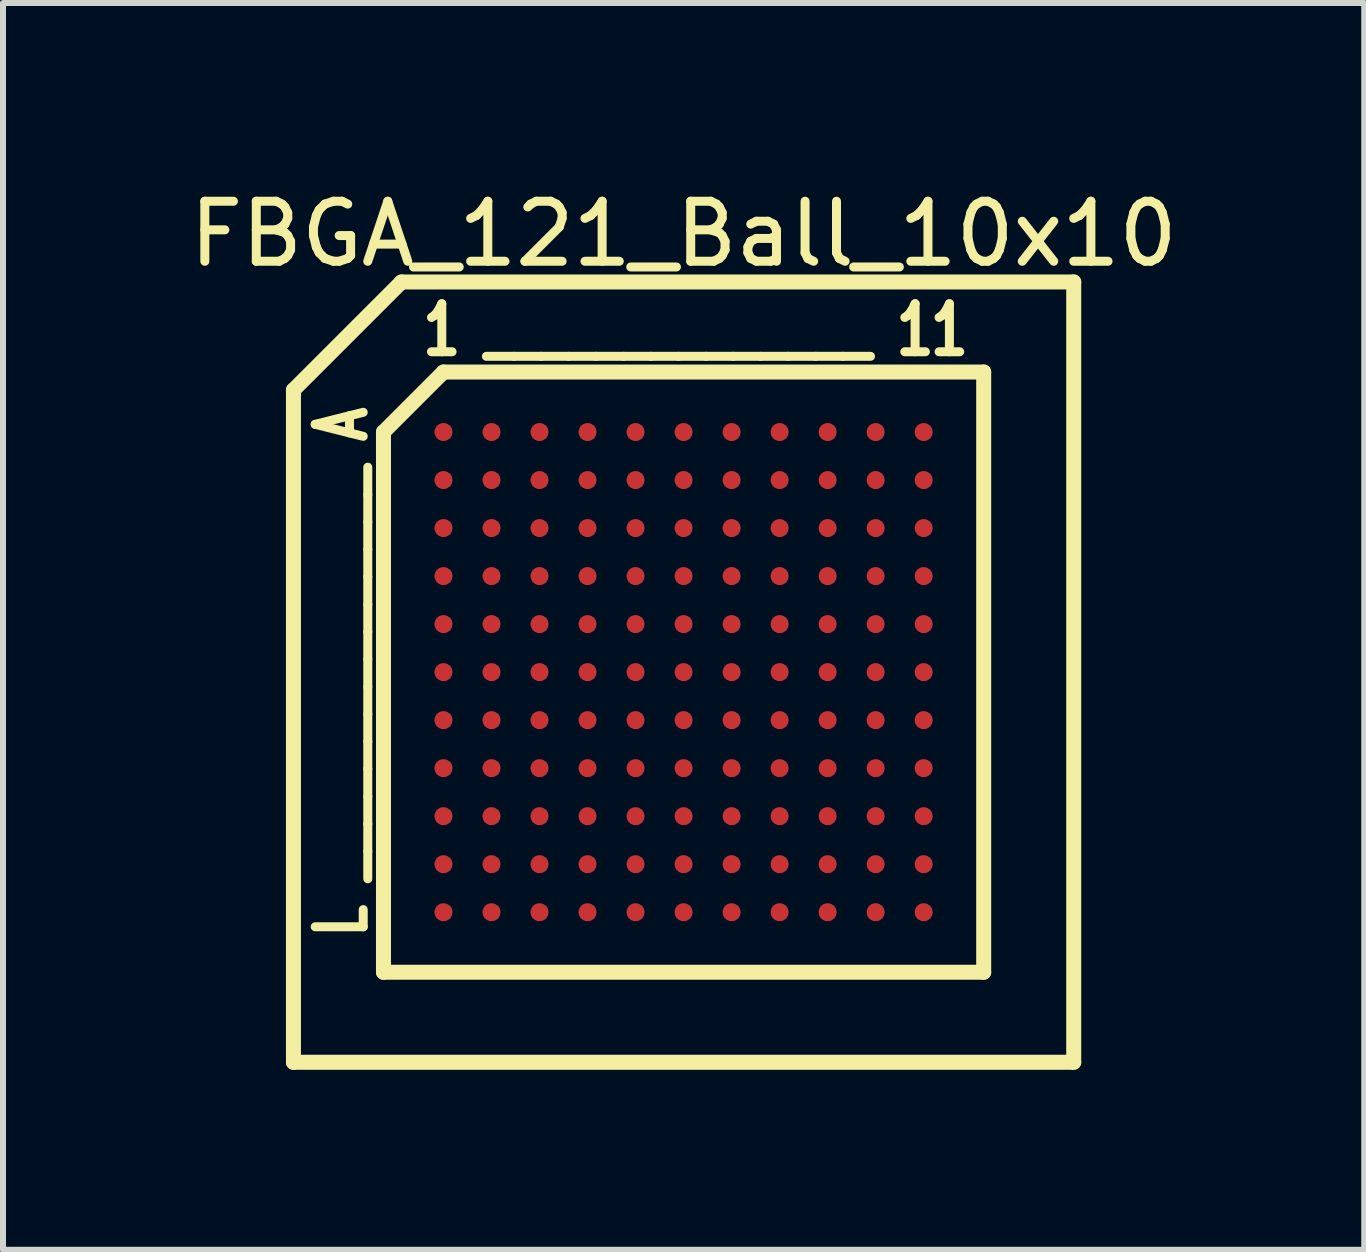
<source format=kicad_pcb>
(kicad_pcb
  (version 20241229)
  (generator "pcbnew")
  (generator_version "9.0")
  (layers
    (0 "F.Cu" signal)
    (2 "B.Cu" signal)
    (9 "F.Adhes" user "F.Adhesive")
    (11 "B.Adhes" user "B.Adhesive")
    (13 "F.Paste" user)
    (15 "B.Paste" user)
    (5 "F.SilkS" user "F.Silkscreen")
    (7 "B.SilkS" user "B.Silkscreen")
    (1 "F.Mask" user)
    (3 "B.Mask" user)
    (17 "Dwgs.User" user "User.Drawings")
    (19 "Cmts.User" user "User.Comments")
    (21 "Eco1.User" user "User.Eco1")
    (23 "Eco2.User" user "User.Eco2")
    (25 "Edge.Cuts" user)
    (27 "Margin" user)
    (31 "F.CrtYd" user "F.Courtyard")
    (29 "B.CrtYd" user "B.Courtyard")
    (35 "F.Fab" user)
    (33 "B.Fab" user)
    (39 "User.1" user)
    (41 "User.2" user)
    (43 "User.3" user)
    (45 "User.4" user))
  (footprint "FBGA_121_Ball_10x10"
    (layer "F.Cu")
    (at 8.339 8.148)
    (property "Reference" "FBGA_121_Ball_10x10" (at 0 -7.3 0) (layer "F.SilkS") (effects (font (size 1 1) (thickness 0.15))))
    (attr through_hole)
    (fp_line (start -6.5 6.5) (end -6.5 -4.7) (stroke (width 0.25) (type solid)) (layer "F.SilkS"))
    (fp_line (start -5 5) (end -5 -4) (stroke (width 0.25) (type solid)) (layer "F.SilkS"))
    (fp_line (start -4.7 -6.5) (end -6.5 -4.7) (stroke (width 0.25) (type solid)) (layer "F.SilkS"))
    (fp_line (start -4.7 -6.5) (end 6.5 -6.5) (stroke (width 0.25) (type solid)) (layer "F.SilkS"))
    (fp_line (start -4 -5) (end -5 -4) (stroke (width 0.25) (type solid)) (layer "F.SilkS"))
    (fp_line (start -4 -5) (end 5 -5) (stroke (width 0.25) (type solid)) (layer "F.SilkS"))
    (fp_line (start 5 -5) (end 5 5) (stroke (width 0.25) (type solid)) (layer "F.SilkS"))
    (fp_line (start 5 5) (end -5 5) (stroke (width 0.25) (type solid)) (layer "F.SilkS"))
    (fp_line (start 6.5 -6.5) (end 6.5 6.5) (stroke (width 0.25) (type solid)) (layer "F.SilkS"))
    (fp_line (start 6.5 6.5) (end -6.5 6.5) (stroke (width 0.25) (type solid)) (layer "F.SilkS"))
    (fp_text user "L _______________ A" (at -5.7 0 90) (layer "F.SilkS") (effects (font (size 0.8 0.6) (thickness 0.15))))
    (fp_text user "1 ______________ 11" (at 0.2 -5.7 0) (layer "F.SilkS") (effects (font (size 0.8 0.6) (thickness 0.15))))
    (pad "A1" smd circle (at -4 -4 180) (size 0.3 0.3) (layers "F.Cu" "F.Mask" "F.Paste"))
    (pad "A2" smd circle (at -3.2 -4 180) (size 0.3 0.3) (layers "F.Cu" "F.Mask" "F.Paste"))
    (pad "A3" smd circle (at -2.4 -4 180) (size 0.3 0.3) (layers "F.Cu" "F.Mask" "F.Paste"))
    (pad "A4" smd circle (at -1.6 -4 180) (size 0.3 0.3) (layers "F.Cu" "F.Mask" "F.Paste"))
    (pad "A5" smd circle (at -0.8 -4 180) (size 0.3 0.3) (layers "F.Cu" "F.Mask" "F.Paste"))
    (pad "A6" smd circle (at 0 -4 180) (size 0.3 0.3) (layers "F.Cu" "F.Mask" "F.Paste"))
    (pad "A7" smd circle (at 0.8 -4 180) (size 0.3 0.3) (layers "F.Cu" "F.Mask" "F.Paste"))
    (pad "A8" smd circle (at 1.6 -4 180) (size 0.3 0.3) (layers "F.Cu" "F.Mask" "F.Paste"))
    (pad "A9" smd circle (at 2.4 -4 180) (size 0.3 0.3) (layers "F.Cu" "F.Mask" "F.Paste"))
    (pad "A10" smd circle (at 3.2 -4 180) (size 0.3 0.3) (layers "F.Cu" "F.Mask" "F.Paste"))
    (pad "A11" smd circle (at 4 -4 180) (size 0.3 0.3) (layers "F.Cu" "F.Mask" "F.Paste"))
    (pad "B1" smd circle (at -4 -3.2 180) (size 0.3 0.3) (layers "F.Cu" "F.Mask" "F.Paste"))
    (pad "B2" smd circle (at -3.2 -3.2 180) (size 0.3 0.3) (layers "F.Cu" "F.Mask" "F.Paste"))
    (pad "B3" smd circle (at -2.4 -3.2 180) (size 0.3 0.3) (layers "F.Cu" "F.Mask" "F.Paste"))
    (pad "B4" smd circle (at -1.6 -3.2 180) (size 0.3 0.3) (layers "F.Cu" "F.Mask" "F.Paste"))
    (pad "B5" smd circle (at -0.8 -3.2 180) (size 0.3 0.3) (layers "F.Cu" "F.Mask" "F.Paste"))
    (pad "B6" smd circle (at 0 -3.2 180) (size 0.3 0.3) (layers "F.Cu" "F.Mask" "F.Paste"))
    (pad "B7" smd circle (at 0.8 -3.2 180) (size 0.3 0.3) (layers "F.Cu" "F.Mask" "F.Paste"))
    (pad "B8" smd circle (at 1.6 -3.2 180) (size 0.3 0.3) (layers "F.Cu" "F.Mask" "F.Paste"))
    (pad "B9" smd circle (at 2.4 -3.2 180) (size 0.3 0.3) (layers "F.Cu" "F.Mask" "F.Paste"))
    (pad "B10" smd circle (at 3.2 -3.2 180) (size 0.3 0.3) (layers "F.Cu" "F.Mask" "F.Paste"))
    (pad "B11" smd circle (at 4 -3.2 180) (size 0.3 0.3) (layers "F.Cu" "F.Mask" "F.Paste"))
    (pad "C1" smd circle (at -4 -2.4 180) (size 0.3 0.3) (layers "F.Cu" "F.Mask" "F.Paste"))
    (pad "C2" smd circle (at -3.2 -2.4 180) (size 0.3 0.3) (layers "F.Cu" "F.Mask" "F.Paste"))
    (pad "C3" smd circle (at -2.4 -2.4 180) (size 0.3 0.3) (layers "F.Cu" "F.Mask" "F.Paste"))
    (pad "C4" smd circle (at -1.6 -2.4 180) (size 0.3 0.3) (layers "F.Cu" "F.Mask" "F.Paste"))
    (pad "C5" smd circle (at -0.8 -2.4 180) (size 0.3 0.3) (layers "F.Cu" "F.Mask" "F.Paste"))
    (pad "C6" smd circle (at 0 -2.4 180) (size 0.3 0.3) (layers "F.Cu" "F.Mask" "F.Paste"))
    (pad "C7" smd circle (at 0.8 -2.4 180) (size 0.3 0.3) (layers "F.Cu" "F.Mask" "F.Paste"))
    (pad "C8" smd circle (at 1.6 -2.4 180) (size 0.3 0.3) (layers "F.Cu" "F.Mask" "F.Paste"))
    (pad "C9" smd circle (at 2.4 -2.4 180) (size 0.3 0.3) (layers "F.Cu" "F.Mask" "F.Paste"))
    (pad "C10" smd circle (at 3.2 -2.4 180) (size 0.3 0.3) (layers "F.Cu" "F.Mask" "F.Paste"))
    (pad "C11" smd circle (at 4 -2.4 180) (size 0.3 0.3) (layers "F.Cu" "F.Mask" "F.Paste"))
    (pad "D1" smd circle (at -4 -1.6 180) (size 0.3 0.3) (layers "F.Cu" "F.Mask" "F.Paste"))
    (pad "D2" smd circle (at -3.2 -1.6 180) (size 0.3 0.3) (layers "F.Cu" "F.Mask" "F.Paste"))
    (pad "D3" smd circle (at -2.4 -1.6 180) (size 0.3 0.3) (layers "F.Cu" "F.Mask" "F.Paste"))
    (pad "D4" smd circle (at -1.6 -1.6 180) (size 0.3 0.3) (layers "F.Cu" "F.Mask" "F.Paste"))
    (pad "D5" smd circle (at -0.8 -1.6 180) (size 0.3 0.3) (layers "F.Cu" "F.Mask" "F.Paste"))
    (pad "D6" smd circle (at 0 -1.6 180) (size 0.3 0.3) (layers "F.Cu" "F.Mask" "F.Paste"))
    (pad "D7" smd circle (at 0.8 -1.6 180) (size 0.3 0.3) (layers "F.Cu" "F.Mask" "F.Paste"))
    (pad "D8" smd circle (at 1.6 -1.6 180) (size 0.3 0.3) (layers "F.Cu" "F.Mask" "F.Paste"))
    (pad "D9" smd circle (at 2.4 -1.6 180) (size 0.3 0.3) (layers "F.Cu" "F.Mask" "F.Paste"))
    (pad "D10" smd circle (at 3.2 -1.6 180) (size 0.3 0.3) (layers "F.Cu" "F.Mask" "F.Paste"))
    (pad "D11" smd circle (at 4 -1.6 180) (size 0.3 0.3) (layers "F.Cu" "F.Mask" "F.Paste"))
    (pad "E1" smd circle (at -4 -0.8 180) (size 0.3 0.3) (layers "F.Cu" "F.Mask" "F.Paste"))
    (pad "E2" smd circle (at -3.2 -0.8 180) (size 0.3 0.3) (layers "F.Cu" "F.Mask" "F.Paste"))
    (pad "E3" smd circle (at -2.4 -0.8 180) (size 0.3 0.3) (layers "F.Cu" "F.Mask" "F.Paste"))
    (pad "E4" smd circle (at -1.6 -0.8 180) (size 0.3 0.3) (layers "F.Cu" "F.Mask" "F.Paste"))
    (pad "E5" smd circle (at -0.8 -0.8 180) (size 0.3 0.3) (layers "F.Cu" "F.Mask" "F.Paste"))
    (pad "E6" smd circle (at 0 -0.8 180) (size 0.3 0.3) (layers "F.Cu" "F.Mask" "F.Paste"))
    (pad "E7" smd circle (at 0.8 -0.8 180) (size 0.3 0.3) (layers "F.Cu" "F.Mask" "F.Paste"))
    (pad "E8" smd circle (at 1.6 -0.8 180) (size 0.3 0.3) (layers "F.Cu" "F.Mask" "F.Paste"))
    (pad "E9" smd circle (at 2.4 -0.8 180) (size 0.3 0.3) (layers "F.Cu" "F.Mask" "F.Paste"))
    (pad "E10" smd circle (at 3.2 -0.8 180) (size 0.3 0.3) (layers "F.Cu" "F.Mask" "F.Paste"))
    (pad "E11" smd circle (at 4 -0.8 180) (size 0.3 0.3) (layers "F.Cu" "F.Mask" "F.Paste"))
    (pad "F1" smd circle (at -4 0 180) (size 0.3 0.3) (layers "F.Cu" "F.Mask" "F.Paste"))
    (pad "F2" smd circle (at -3.2 0 180) (size 0.3 0.3) (layers "F.Cu" "F.Mask" "F.Paste"))
    (pad "F3" smd circle (at -2.4 0 180) (size 0.3 0.3) (layers "F.Cu" "F.Mask" "F.Paste"))
    (pad "F4" smd circle (at -1.6 0 180) (size 0.3 0.3) (layers "F.Cu" "F.Mask" "F.Paste"))
    (pad "F5" smd circle (at -0.8 0 180) (size 0.3 0.3) (layers "F.Cu" "F.Mask" "F.Paste"))
    (pad "F6" smd circle (at 0 0 180) (size 0.3 0.3) (layers "F.Cu" "F.Mask" "F.Paste"))
    (pad "F7" smd circle (at 0.8 0 180) (size 0.3 0.3) (layers "F.Cu" "F.Mask" "F.Paste"))
    (pad "F8" smd circle (at 1.6 0 180) (size 0.3 0.3) (layers "F.Cu" "F.Mask" "F.Paste"))
    (pad "F9" smd circle (at 2.4 0 180) (size 0.3 0.3) (layers "F.Cu" "F.Mask" "F.Paste"))
    (pad "F10" smd circle (at 3.2 0 180) (size 0.3 0.3) (layers "F.Cu" "F.Mask" "F.Paste"))
    (pad "F11" smd circle (at 4 0 180) (size 0.3 0.3) (layers "F.Cu" "F.Mask" "F.Paste"))
    (pad "G1" smd circle (at -4 0.8 180) (size 0.3 0.3) (layers "F.Cu" "F.Mask" "F.Paste"))
    (pad "G2" smd circle (at -3.2 0.8 180) (size 0.3 0.3) (layers "F.Cu" "F.Mask" "F.Paste"))
    (pad "G3" smd circle (at -2.4 0.8 180) (size 0.3 0.3) (layers "F.Cu" "F.Mask" "F.Paste"))
    (pad "G4" smd circle (at -1.6 0.8 180) (size 0.3 0.3) (layers "F.Cu" "F.Mask" "F.Paste"))
    (pad "G5" smd circle (at -0.8 0.8 180) (size 0.3 0.3) (layers "F.Cu" "F.Mask" "F.Paste"))
    (pad "G6" smd circle (at 0 0.8 180) (size 0.3 0.3) (layers "F.Cu" "F.Mask" "F.Paste"))
    (pad "G7" smd circle (at 0.8 0.8 180) (size 0.3 0.3) (layers "F.Cu" "F.Mask" "F.Paste"))
    (pad "G8" smd circle (at 1.6 0.8 180) (size 0.3 0.3) (layers "F.Cu" "F.Mask" "F.Paste"))
    (pad "G9" smd circle (at 2.4 0.8 180) (size 0.3 0.3) (layers "F.Cu" "F.Mask" "F.Paste"))
    (pad "G10" smd circle (at 3.2 0.8 180) (size 0.3 0.3) (layers "F.Cu" "F.Mask" "F.Paste"))
    (pad "G11" smd circle (at 4 0.8 180) (size 0.3 0.3) (layers "F.Cu" "F.Mask" "F.Paste"))
    (pad "H1" smd circle (at -4 1.6 180) (size 0.3 0.3) (layers "F.Cu" "F.Mask" "F.Paste"))
    (pad "H2" smd circle (at -3.2 1.6 180) (size 0.3 0.3) (layers "F.Cu" "F.Mask" "F.Paste"))
    (pad "H3" smd circle (at -2.4 1.6 180) (size 0.3 0.3) (layers "F.Cu" "F.Mask" "F.Paste"))
    (pad "H4" smd circle (at -1.6 1.6 180) (size 0.3 0.3) (layers "F.Cu" "F.Mask" "F.Paste"))
    (pad "H5" smd circle (at -0.8 1.6 180) (size 0.3 0.3) (layers "F.Cu" "F.Mask" "F.Paste"))
    (pad "H6" smd circle (at 0 1.6 180) (size 0.3 0.3) (layers "F.Cu" "F.Mask" "F.Paste"))
    (pad "H7" smd circle (at 0.8 1.6 180) (size 0.3 0.3) (layers "F.Cu" "F.Mask" "F.Paste"))
    (pad "H8" smd circle (at 1.6 1.6 180) (size 0.3 0.3) (layers "F.Cu" "F.Mask" "F.Paste"))
    (pad "H9" smd circle (at 2.4 1.6 180) (size 0.3 0.3) (layers "F.Cu" "F.Mask" "F.Paste"))
    (pad "H10" smd circle (at 3.2 1.6 180) (size 0.3 0.3) (layers "F.Cu" "F.Mask" "F.Paste"))
    (pad "H11" smd circle (at 4 1.6 180) (size 0.3 0.3) (layers "F.Cu" "F.Mask" "F.Paste"))
    (pad "J1" smd circle (at -4 2.4 180) (size 0.3 0.3) (layers "F.Cu" "F.Mask" "F.Paste"))
    (pad "J2" smd circle (at -3.2 2.4 180) (size 0.3 0.3) (layers "F.Cu" "F.Mask" "F.Paste"))
    (pad "J3" smd circle (at -2.4 2.4 180) (size 0.3 0.3) (layers "F.Cu" "F.Mask" "F.Paste"))
    (pad "J4" smd circle (at -1.6 2.4 180) (size 0.3 0.3) (layers "F.Cu" "F.Mask" "F.Paste"))
    (pad "J5" smd circle (at -0.8 2.4 180) (size 0.3 0.3) (layers "F.Cu" "F.Mask" "F.Paste"))
    (pad "J6" smd circle (at 0 2.4 180) (size 0.3 0.3) (layers "F.Cu" "F.Mask" "F.Paste"))
    (pad "J7" smd circle (at 0.8 2.4 180) (size 0.3 0.3) (layers "F.Cu" "F.Mask" "F.Paste"))
    (pad "J8" smd circle (at 1.6 2.4 180) (size 0.3 0.3) (layers "F.Cu" "F.Mask" "F.Paste"))
    (pad "J9" smd circle (at 2.4 2.4 180) (size 0.3 0.3) (layers "F.Cu" "F.Mask" "F.Paste"))
    (pad "J10" smd circle (at 3.2 2.4 180) (size 0.3 0.3) (layers "F.Cu" "F.Mask" "F.Paste"))
    (pad "J11" smd circle (at 4 2.4 180) (size 0.3 0.3) (layers "F.Cu" "F.Mask" "F.Paste"))
    (pad "K1" smd circle (at -4 3.2 180) (size 0.3 0.3) (layers "F.Cu" "F.Mask" "F.Paste"))
    (pad "K2" smd circle (at -3.2 3.2 180) (size 0.3 0.3) (layers "F.Cu" "F.Mask" "F.Paste"))
    (pad "K3" smd circle (at -2.4 3.2 180) (size 0.3 0.3) (layers "F.Cu" "F.Mask" "F.Paste"))
    (pad "K4" smd circle (at -1.6 3.2 180) (size 0.3 0.3) (layers "F.Cu" "F.Mask" "F.Paste"))
    (pad "K5" smd circle (at -0.8 3.2 180) (size 0.3 0.3) (layers "F.Cu" "F.Mask" "F.Paste"))
    (pad "K6" smd circle (at 0 3.2 180) (size 0.3 0.3) (layers "F.Cu" "F.Mask" "F.Paste"))
    (pad "K7" smd circle (at 0.8 3.2 180) (size 0.3 0.3) (layers "F.Cu" "F.Mask" "F.Paste"))
    (pad "K8" smd circle (at 1.6 3.2 180) (size 0.3 0.3) (layers "F.Cu" "F.Mask" "F.Paste"))
    (pad "K9" smd circle (at 2.4 3.2 180) (size 0.3 0.3) (layers "F.Cu" "F.Mask" "F.Paste"))
    (pad "K10" smd circle (at 3.2 3.2 180) (size 0.3 0.3) (layers "F.Cu" "F.Mask" "F.Paste"))
    (pad "K11" smd circle (at 4 3.2 180) (size 0.3 0.3) (layers "F.Cu" "F.Mask" "F.Paste"))
    (pad "L1" smd circle (at -4 4 180) (size 0.3 0.3) (layers "F.Cu" "F.Mask" "F.Paste"))
    (pad "L2" smd circle (at -3.2 4 180) (size 0.3 0.3) (layers "F.Cu" "F.Mask" "F.Paste"))
    (pad "L3" smd circle (at -2.4 4 180) (size 0.3 0.3) (layers "F.Cu" "F.Mask" "F.Paste"))
    (pad "L4" smd circle (at -1.6 4 180) (size 0.3 0.3) (layers "F.Cu" "F.Mask" "F.Paste"))
    (pad "L5" smd circle (at -0.8 4 180) (size 0.3 0.3) (layers "F.Cu" "F.Mask" "F.Paste"))
    (pad "L6" smd circle (at 0 4 180) (size 0.3 0.3) (layers "F.Cu" "F.Mask" "F.Paste"))
    (pad "L7" smd circle (at 0.8 4 180) (size 0.3 0.3) (layers "F.Cu" "F.Mask" "F.Paste"))
    (pad "L8" smd circle (at 1.6 4 180) (size 0.3 0.3) (layers "F.Cu" "F.Mask" "F.Paste"))
    (pad "L9" smd circle (at 2.4 4 180) (size 0.3 0.3) (layers "F.Cu" "F.Mask" "F.Paste"))
    (pad "L10" smd circle (at 3.2 4 180) (size 0.3 0.3) (layers "F.Cu" "F.Mask" "F.Paste"))
    (pad "L11" smd circle (at 4 4 180) (size 0.3 0.3) (layers "F.Cu" "F.Mask" "F.Paste")))
  (gr_rect
    (start -3 -3)
    (end 19.679 17.773)
    (stroke (width 0.1) (type default))
    (fill no)
    (layer "Edge.Cuts")))
</source>
